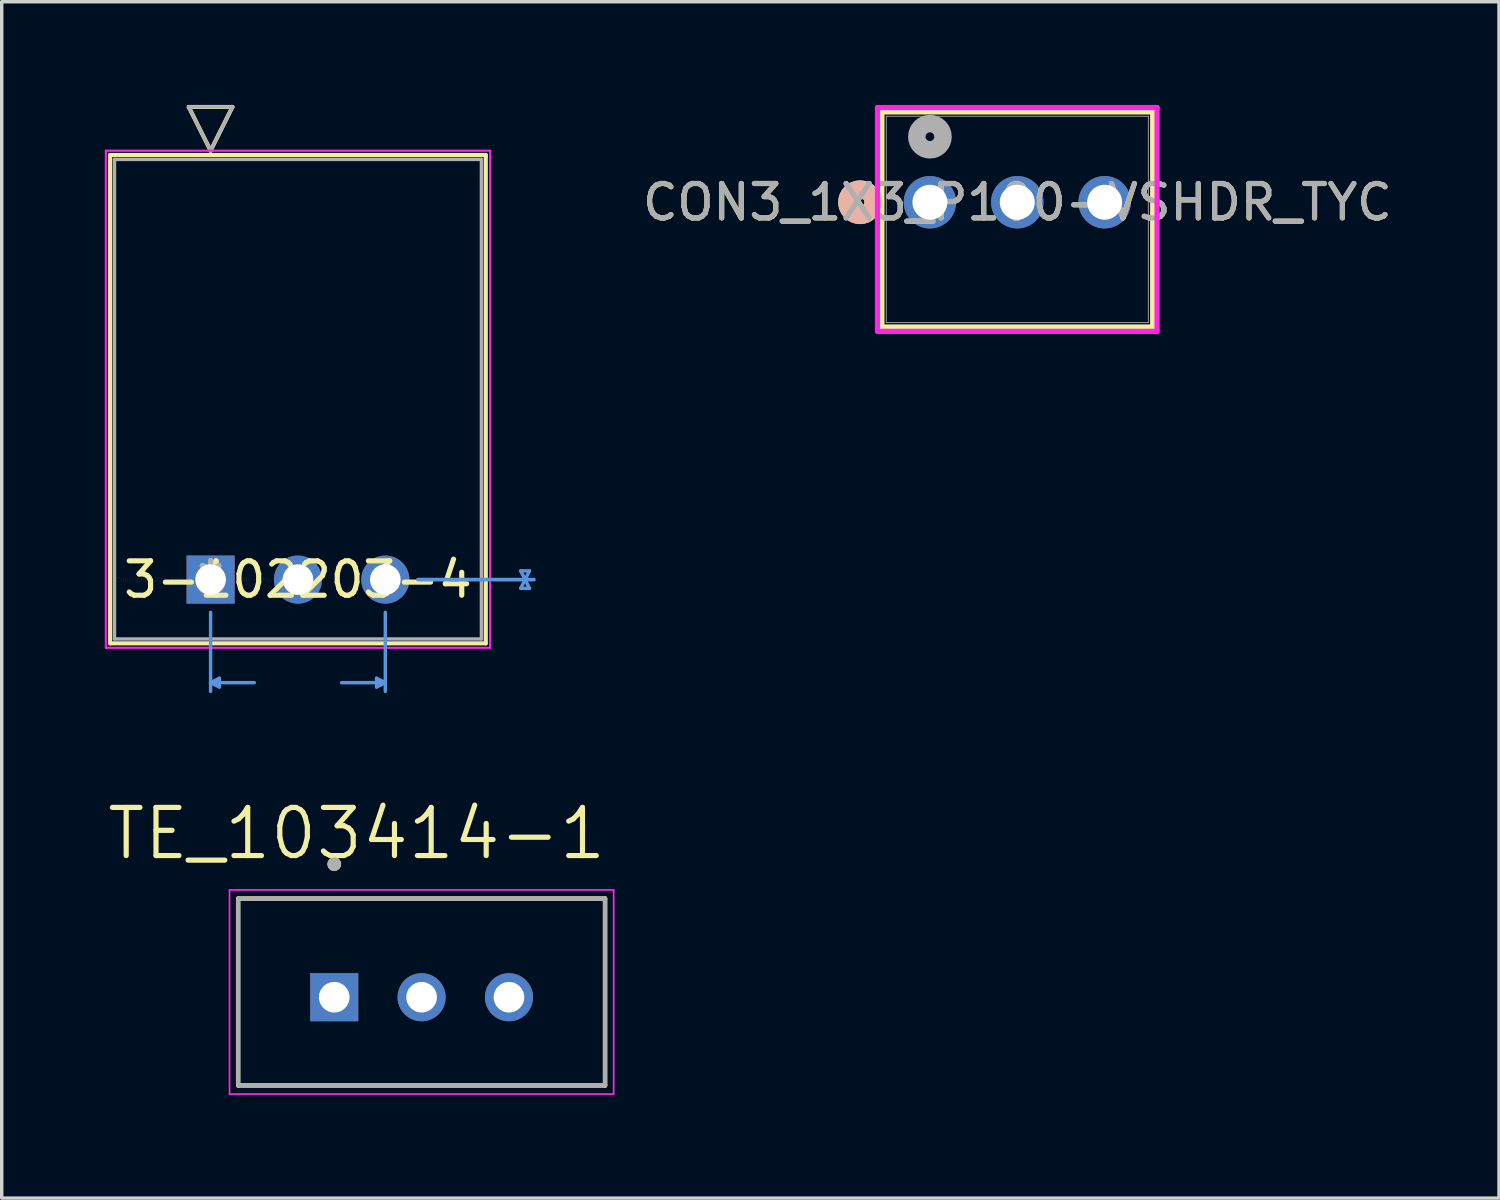
<source format=kicad_pcb>
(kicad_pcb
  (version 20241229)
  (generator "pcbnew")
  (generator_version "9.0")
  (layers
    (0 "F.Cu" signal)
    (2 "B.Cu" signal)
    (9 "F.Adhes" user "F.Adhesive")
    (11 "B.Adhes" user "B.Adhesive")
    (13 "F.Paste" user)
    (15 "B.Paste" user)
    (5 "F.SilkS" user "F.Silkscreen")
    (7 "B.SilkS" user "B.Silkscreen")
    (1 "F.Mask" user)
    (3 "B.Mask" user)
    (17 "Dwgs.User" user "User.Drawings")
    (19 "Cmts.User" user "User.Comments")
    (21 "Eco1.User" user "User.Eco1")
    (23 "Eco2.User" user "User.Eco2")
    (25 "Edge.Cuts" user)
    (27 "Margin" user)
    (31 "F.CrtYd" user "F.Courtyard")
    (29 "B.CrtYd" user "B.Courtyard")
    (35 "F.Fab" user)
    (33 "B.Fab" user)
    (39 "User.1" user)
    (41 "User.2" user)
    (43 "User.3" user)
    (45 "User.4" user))
  (footprint "3-102203-4"
    (layer "F.Cu")
    (at 3.073 13.801)
    (property "Reference" "3-102203-4" (at 2.54 0 0) (layer "F.SilkS") (effects (font (size 1 1) (thickness 0.15))))
    (attr through_hole)
    (fp_line (start -2.921 -12.344) (end -2.921 1.854) (stroke (width 0.12) (type solid)) (layer "F.SilkS"))
    (fp_line (start -2.921 1.854) (end 8.001 1.854) (stroke (width 0.12) (type solid)) (layer "F.SilkS"))
    (fp_line (start -0.635 -13.741) (end 0.635 -13.741) (stroke (width 0.12) (type solid)) (layer "F.SilkS"))
    (fp_line (start 0 -12.471) (end -0.635 -13.741) (stroke (width 0.12) (type solid)) (layer "F.SilkS"))
    (fp_line (start 0.635 -13.741) (end 0 -12.471) (stroke (width 0.12) (type solid)) (layer "F.SilkS"))
    (fp_line (start 8.001 -12.344) (end -2.921 -12.344) (stroke (width 0.12) (type solid)) (layer "F.SilkS"))
    (fp_line (start 8.001 1.854) (end 8.001 -12.344) (stroke (width 0.12) (type solid)) (layer "F.SilkS"))
    (fp_line (start 0 0.953) (end 0 3.251) (stroke (width 0.1) (type solid)) (layer "Cmts.User"))
    (fp_line (start 0 2.997) (end 0.254 3.124) (stroke (width 0.1) (type solid)) (layer "Cmts.User"))
    (fp_line (start 0 2.997) (end 1.27 2.997) (stroke (width 0.1) (type solid)) (layer "Cmts.User"))
    (fp_line (start 0.254 2.87) (end 0 2.997) (stroke (width 0.1) (type solid)) (layer "Cmts.User"))
    (fp_line (start 0.254 3.124) (end 0.254 2.87) (stroke (width 0.1) (type solid)) (layer "Cmts.User"))
    (fp_line (start 4.826 2.87) (end 5.08 2.997) (stroke (width 0.1) (type solid)) (layer "Cmts.User"))
    (fp_line (start 4.826 3.124) (end 4.826 2.87) (stroke (width 0.1) (type solid)) (layer "Cmts.User"))
    (fp_line (start 5.08 0.953) (end 5.08 3.251) (stroke (width 0.1) (type solid)) (layer "Cmts.User"))
    (fp_line (start 5.08 2.997) (end 3.81 2.997) (stroke (width 0.1) (type solid)) (layer "Cmts.User"))
    (fp_line (start 5.08 2.997) (end 4.826 3.124) (stroke (width 0.1) (type solid)) (layer "Cmts.User"))
    (fp_line (start 6.032 0) (end 9.398 0) (stroke (width 0.1) (type solid)) (layer "Cmts.User"))
    (fp_line (start 6.032 0) (end 9.398 0) (stroke (width 0.1) (type solid)) (layer "Cmts.User"))
    (fp_line (start 9.017 -0.254) (end 9.271 -0.254) (stroke (width 0.1) (type solid)) (layer "Cmts.User"))
    (fp_line (start 9.017 0.254) (end 9.271 0.254) (stroke (width 0.1) (type solid)) (layer "Cmts.User"))
    (fp_line (start 9.144 0) (end 9.017 -0.254) (stroke (width 0.1) (type solid)) (layer "Cmts.User"))
    (fp_line (start 9.144 0) (end 9.017 0.254) (stroke (width 0.1) (type solid)) (layer "Cmts.User"))
    (fp_line (start 9.144 0) (end 9.144 0) (stroke (width 0.1) (type solid)) (layer "Cmts.User"))
    (fp_line (start 9.271 -0.254) (end 9.144 0) (stroke (width 0.1) (type solid)) (layer "Cmts.User"))
    (fp_line (start 9.271 0.254) (end 9.144 0) (stroke (width 0.1) (type solid)) (layer "Cmts.User"))
    (fp_line (start -3.048 -12.471) (end -3.048 1.981) (stroke (width 0.05) (type solid)) (layer "F.CrtYd"))
    (fp_line (start -3.048 -12.471) (end -3.048 1.981) (stroke (width 0.05) (type solid)) (layer "F.CrtYd"))
    (fp_line (start -3.048 1.981) (end 8.128 1.981) (stroke (width 0.05) (type solid)) (layer "F.CrtYd"))
    (fp_line (start -3.048 1.981) (end 8.128 1.981) (stroke (width 0.05) (type solid)) (layer "F.CrtYd"))
    (fp_line (start 8.128 -12.471) (end -3.048 -12.471) (stroke (width 0.05) (type solid)) (layer "F.CrtYd"))
    (fp_line (start 8.128 -12.471) (end -3.048 -12.471) (stroke (width 0.05) (type solid)) (layer "F.CrtYd"))
    (fp_line (start 8.128 1.981) (end 8.128 -12.471) (stroke (width 0.05) (type solid)) (layer "F.CrtYd"))
    (fp_line (start 8.128 1.981) (end 8.128 -12.471) (stroke (width 0.05) (type solid)) (layer "F.CrtYd"))
    (fp_line (start -2.794 -12.217) (end -2.794 1.727) (stroke (width 0.1) (type solid)) (layer "F.Fab"))
    (fp_line (start -2.794 1.727) (end 7.874 1.727) (stroke (width 0.1) (type solid)) (layer "F.Fab"))
    (fp_line (start -0.635 -13.741) (end 0.635 -13.741) (stroke (width 0.1) (type solid)) (layer "F.Fab"))
    (fp_line (start 0 -12.471) (end -0.635 -13.741) (stroke (width 0.1) (type solid)) (layer "F.Fab"))
    (fp_line (start 0.635 -13.741) (end 0 -12.471) (stroke (width 0.1) (type solid)) (layer "F.Fab"))
    (fp_line (start 7.874 -12.217) (end -2.794 -12.217) (stroke (width 0.1) (type solid)) (layer "F.Fab"))
    (fp_line (start 7.874 1.727) (end 7.874 -12.217) (stroke (width 0.1) (type solid)) (layer "F.Fab"))
    (fp_text user "*" (at 0 0 0) (layer "F.SilkS") (effects (font (size 1 1) (thickness 0.15))))
    (fp_text user "Copyright 2021 Accelerated Designs. All rights reserved." (at 0 0 0) (layer "Cmts.User") (effects (font (size 0.127 0.127) (thickness 0.002))))
    (fp_text user "*" (at 0 0 0) (layer "F.Fab") (effects (font (size 1 1) (thickness 0.15))))
    (pad "1" thru_hole rect (at 0 0) (size 1.397 1.397) (drill 0.889) (layers "*.Cu" "*.Mask"))
    (pad "2" thru_hole circle (at 2.54 0) (size 1.397 1.397) (drill 0.889) (layers "*.Cu" "*.Mask"))
    (pad "3" thru_hole circle (at 5.08 0) (size 1.397 1.397) (drill 0.889) (layers "*.Cu" "*.Mask")))
  (footprint "TE_103414-1"
    (layer "F.Cu")
    (at 9.208 25.944)
    (property "Reference" "TE_103414-1" (at -1.889 -4.759 0) (layer "F.SilkS") (effects (font (size 1.4 1.4) (thickness 0.15))))
    (attr through_hole)
    (fp_line (start -5.334 -2.87) (end 5.334 -2.87) (stroke (width 0.127) (type solid)) (layer "F.SilkS"))
    (fp_line (start -5.334 2.565) (end -5.334 -2.87) (stroke (width 0.127) (type solid)) (layer "F.SilkS"))
    (fp_line (start 5.334 -2.87) (end 5.334 2.565) (stroke (width 0.127) (type solid)) (layer "F.SilkS"))
    (fp_line (start 5.334 2.565) (end -5.334 2.565) (stroke (width 0.127) (type solid)) (layer "F.SilkS"))
    (fp_circle (center -2.54 -3.87) (end -2.44 -3.87) (stroke (width 0.2) (type solid)) (fill no) (layer "F.SilkS"))
    (fp_line (start -5.584 -3.12) (end 5.584 -3.12) (stroke (width 0.05) (type solid)) (layer "F.CrtYd"))
    (fp_line (start -5.584 2.815) (end -5.584 -3.12) (stroke (width 0.05) (type solid)) (layer "F.CrtYd"))
    (fp_line (start 5.584 -3.12) (end 5.584 2.815) (stroke (width 0.05) (type solid)) (layer "F.CrtYd"))
    (fp_line (start 5.584 2.815) (end -5.584 2.815) (stroke (width 0.05) (type solid)) (layer "F.CrtYd"))
    (fp_line (start -5.334 -2.87) (end 5.334 -2.87) (stroke (width 0.127) (type solid)) (layer "F.Fab"))
    (fp_line (start -5.334 2.565) (end -5.334 -2.87) (stroke (width 0.127) (type solid)) (layer "F.Fab"))
    (fp_line (start 5.334 -2.87) (end 5.334 2.565) (stroke (width 0.127) (type solid)) (layer "F.Fab"))
    (fp_line (start 5.334 2.565) (end -5.334 2.565) (stroke (width 0.127) (type solid)) (layer "F.Fab"))
    (fp_circle (center -2.54 -3.87) (end -2.44 -3.87) (stroke (width 0.2) (type solid)) (fill no) (layer "F.Fab"))
    (pad "1" thru_hole rect (at -2.54 0) (size 1.398 1.398) (drill 0.89) (layers "*.Cu" "*.Mask"))
    (pad "2" thru_hole circle (at 0 0) (size 1.398 1.398) (drill 0.89) (layers "*.Cu" "*.Mask"))
    (pad "3" thru_hole circle (at 2.54 0) (size 1.398 1.398) (drill 0.89) (layers "*.Cu" "*.Mask")))
  (footprint "CON3_1X3_P100-VSHDR_TYC"
    (layer "F.Cu")
    (at 23.987 2.83)
    (property "Reference" "CON3_1X3_P100-VSHDR_TYC" (at 2.54 0 0) (unlocked yes) (layer "F.SilkS") (effects (font (size 1 1) (thickness 0.15))))
    (attr through_hole)
    (fp_line (start -1.397 -2.627) (end -1.397 3.627) (stroke (width 0.152) (type solid)) (layer "F.SilkS"))
    (fp_line (start -1.397 3.627) (end 6.477 3.627) (stroke (width 0.152) (type solid)) (layer "F.SilkS"))
    (fp_line (start 6.477 -2.627) (end -1.397 -2.627) (stroke (width 0.152) (type solid)) (layer "F.SilkS"))
    (fp_line (start 6.477 3.627) (end 6.477 -2.627) (stroke (width 0.152) (type solid)) (layer "F.SilkS"))
    (fp_circle (center -2.032 0) (end -1.651 0) (stroke (width 0.508) (type solid)) (fill no) (layer "F.SilkS"))
    (fp_circle (center -2.032 0) (end -1.651 0) (stroke (width 0.508) (type solid)) (fill no) (layer "B.SilkS"))
    (fp_line (start -1.524 -2.754) (end -1.524 3.754) (stroke (width 0.152) (type solid)) (layer "F.CrtYd"))
    (fp_line (start -1.524 3.754) (end 6.604 3.754) (stroke (width 0.152) (type solid)) (layer "F.CrtYd"))
    (fp_line (start 6.604 -2.754) (end -1.524 -2.754) (stroke (width 0.152) (type solid)) (layer "F.CrtYd"))
    (fp_line (start 6.604 3.754) (end 6.604 -2.754) (stroke (width 0.152) (type solid)) (layer "F.CrtYd"))
    (fp_line (start -1.27 -2.5) (end -1.27 3.5) (stroke (width 0.025) (type solid)) (layer "F.Fab"))
    (fp_line (start -1.27 3.5) (end 6.35 3.5) (stroke (width 0.025) (type solid)) (layer "F.Fab"))
    (fp_line (start 6.35 -2.5) (end -1.27 -2.5) (stroke (width 0.025) (type solid)) (layer "F.Fab"))
    (fp_line (start 6.35 3.5) (end 6.35 -2.5) (stroke (width 0.025) (type solid)) (layer "F.Fab"))
    (fp_circle (center 0 -1.905) (end 0.381 -1.905) (stroke (width 0.508) (type solid)) (fill no) (layer "F.Fab"))
    (fp_text user "${REFERENCE}" (at 2.54 0 0) (unlocked yes) (layer "F.Fab") (effects (font (size 1 1) (thickness 0.15))))
    (pad "1" thru_hole circle (at 0 0) (size 1.524 1.524) (drill 1.016) (layers "*.Cu" "*.Mask"))
    (pad "2" thru_hole circle (at 2.54 0) (size 1.524 1.524) (drill 1.016) (layers "*.Cu" "*.Mask"))
    (pad "3" thru_hole circle (at 5.08 0) (size 1.524 1.524) (drill 1.016) (layers "*.Cu" "*.Mask")))
  (gr_rect
    (start -3 -3)
    (end 40.533 31.784)
    (stroke (width 0.1) (type default))
    (fill no)
    (layer "Edge.Cuts")))
</source>
